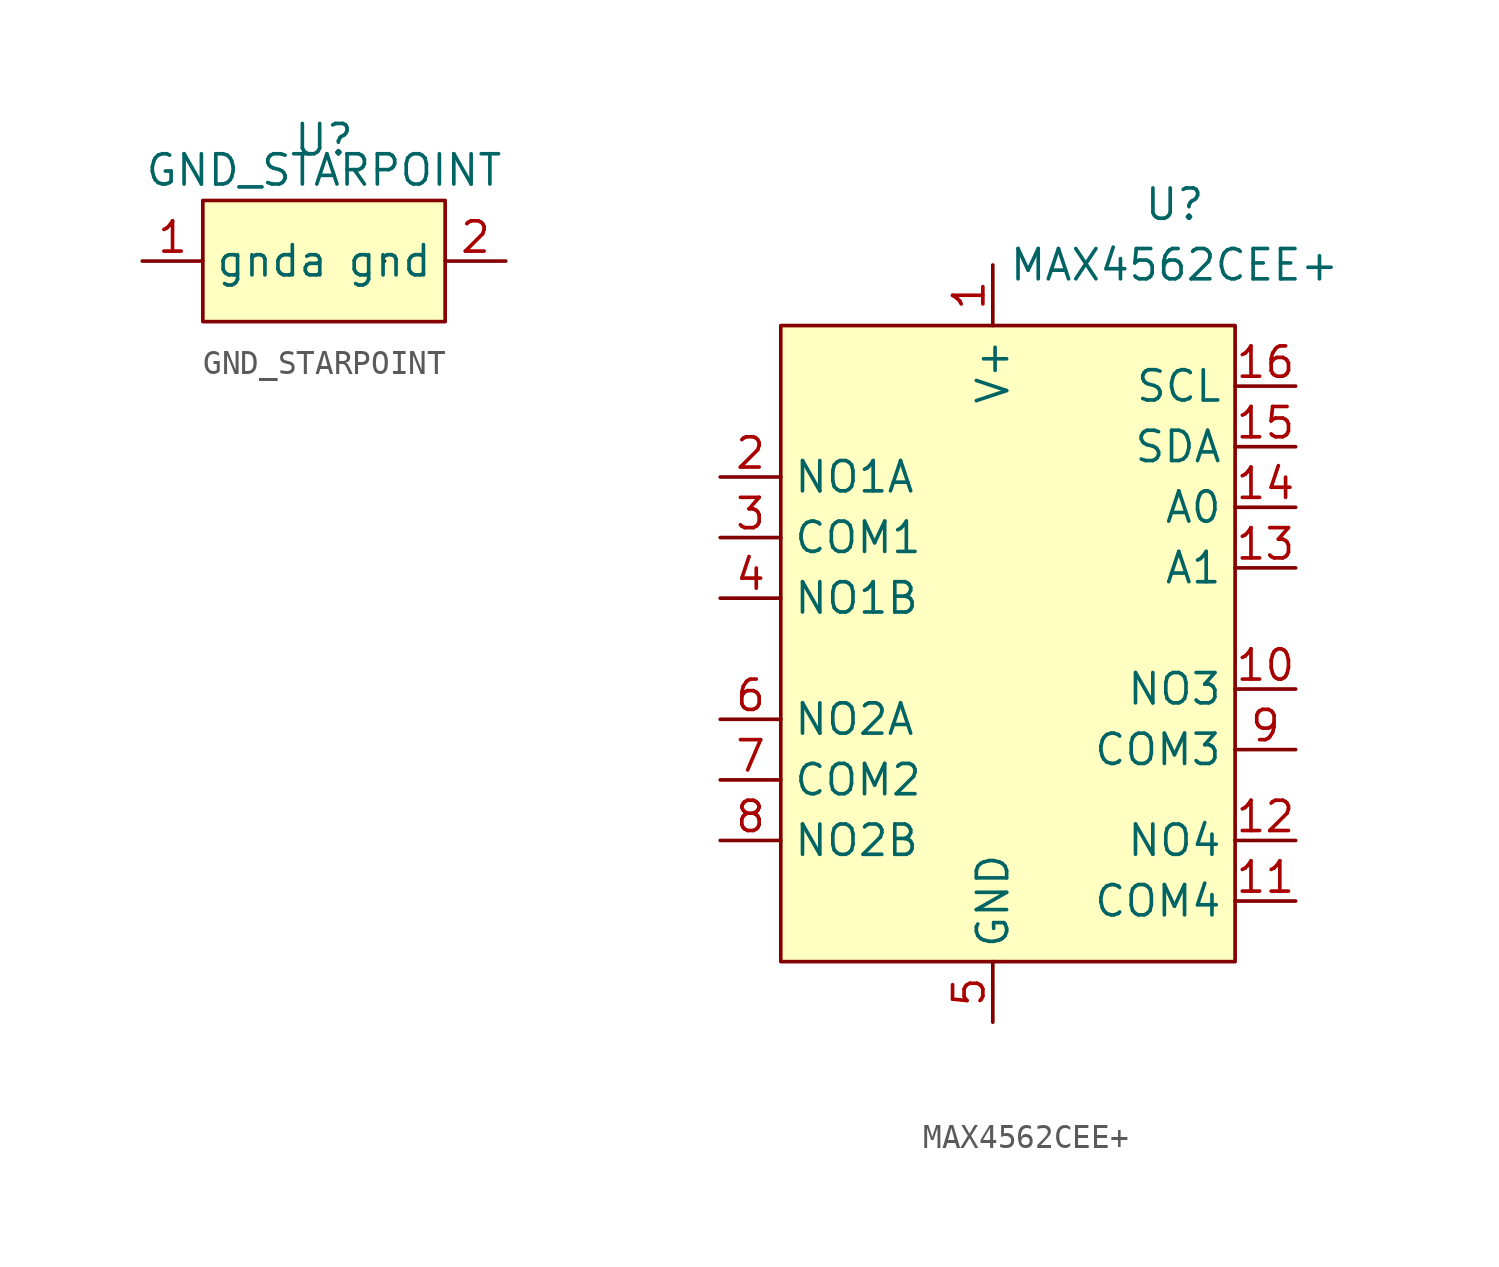
<source format=kicad_sym>
(kicad_symbol_lib
  (version 20211014)
  (generator kicad_symbol_editor)
  (symbol "GND_STARPOINT"
    (property "Reference" "U"
      (at 0 1.27 0)
      (effects (font (size 1.27 1.27))))
    (property "Value" "GND_STARPOINT"
      (at 0 0 0)
      (effects (font (size 1.27 1.27))))
    (symbol "GND_STARPOINT_0_0"
      (pin power_in line (at -7.62 -3.81 0) (length 2.54) (name "gnda" (effects (font (size 1.27 1.27)))) (number "1" (effects (font (size 1.27 1.27)))))
      (pin power_in line (at 7.62 -3.81 180) (length 2.54) (name "gnd" (effects (font (size 1.27 1.27)))) (number "2" (effects (font (size 1.27 1.27))))))
    (symbol "GND_STARPOINT_0_1"
      (rectangle (start -5.08 -1.27) (end 5.08 -6.35) (stroke (width 0) (type default) (color 0 0 0 0)) (fill (type background)))
      (rectangle (start 2.54 -3.81) (end 2.54 -3.81) (stroke (width 0) (type default) (color 0 0 0 0)) (fill (type none)))))
  (symbol "MAX4562CEE+"
    (property "Reference" "U"
      (at 7.62 5.08 0)
      (effects (font (size 1.27 1.27))))
    (property "Value" "MAX4562CEE+"
      (at 7.62 2.54 0)
      (effects (font (size 1.27 1.27))))
    (symbol "MAX4562CEE+_0_0"
      (pin unspecified line (at 0 2.54 270) (length 2.54) (name "V+" (effects (font (size 1.27 1.27)))) (number "1" (effects (font (size 1.27 1.27)))))
      (pin unspecified line (at 12.7 -15.24 180) (length 2.54) (name "NO3" (effects (font (size 1.27 1.27)))) (number "10" (effects (font (size 1.27 1.27)))))
      (pin unspecified line (at 12.7 -24.13 180) (length 2.54) (name "COM4" (effects (font (size 1.27 1.27)))) (number "11" (effects (font (size 1.27 1.27)))))
      (pin unspecified line (at 12.7 -21.59 180) (length 2.54) (name "NO4" (effects (font (size 1.27 1.27)))) (number "12" (effects (font (size 1.27 1.27)))))
      (pin unspecified line (at 12.7 -10.16 180) (length 2.54) (name "A1" (effects (font (size 1.27 1.27)))) (number "13" (effects (font (size 1.27 1.27)))))
      (pin unspecified line (at 12.7 -7.62 180) (length 2.54) (name "A0" (effects (font (size 1.27 1.27)))) (number "14" (effects (font (size 1.27 1.27)))))
      (pin unspecified line (at 12.7 -5.08 180) (length 2.54) (name "SDA" (effects (font (size 1.27 1.27)))) (number "15" (effects (font (size 1.27 1.27)))))
      (pin unspecified line (at 12.7 -2.54 180) (length 2.54) (name "SCL" (effects (font (size 1.27 1.27)))) (number "16" (effects (font (size 1.27 1.27)))))
      (pin unspecified line (at -11.43 -6.35 0) (length 2.54) (name "NO1A" (effects (font (size 1.27 1.27)))) (number "2" (effects (font (size 1.27 1.27)))))
      (pin unspecified line (at -11.43 -8.89 0) (length 2.54) (name "COM1" (effects (font (size 1.27 1.27)))) (number "3" (effects (font (size 1.27 1.27)))))
      (pin unspecified line (at -11.43 -11.43 0) (length 2.54) (name "NO1B" (effects (font (size 1.27 1.27)))) (number "4" (effects (font (size 1.27 1.27)))))
      (pin unspecified line (at 0 -29.21 90) (length 2.54) (name "GND" (effects (font (size 1.27 1.27)))) (number "5" (effects (font (size 1.27 1.27)))))
      (pin unspecified line (at -11.43 -16.51 0) (length 2.54) (name "NO2A" (effects (font (size 1.27 1.27)))) (number "6" (effects (font (size 1.27 1.27)))))
      (pin unspecified line (at -11.43 -19.05 0) (length 2.54) (name "COM2" (effects (font (size 1.27 1.27)))) (number "7" (effects (font (size 1.27 1.27)))))
      (pin unspecified line (at -11.43 -21.59 0) (length 2.54) (name "NO2B" (effects (font (size 1.27 1.27)))) (number "8" (effects (font (size 1.27 1.27)))))
      (pin unspecified line (at 12.7 -17.78 180) (length 2.54) (name "COM3" (effects (font (size 1.27 1.27)))) (number "9" (effects (font (size 1.27 1.27))))))
    (symbol "MAX4562CEE+_0_1"
      (rectangle (start -8.89 0) (end 10.16 -26.67) (stroke (width 0) (type default) (color 0 0 0 0)) (fill (type background))))))
</source>
